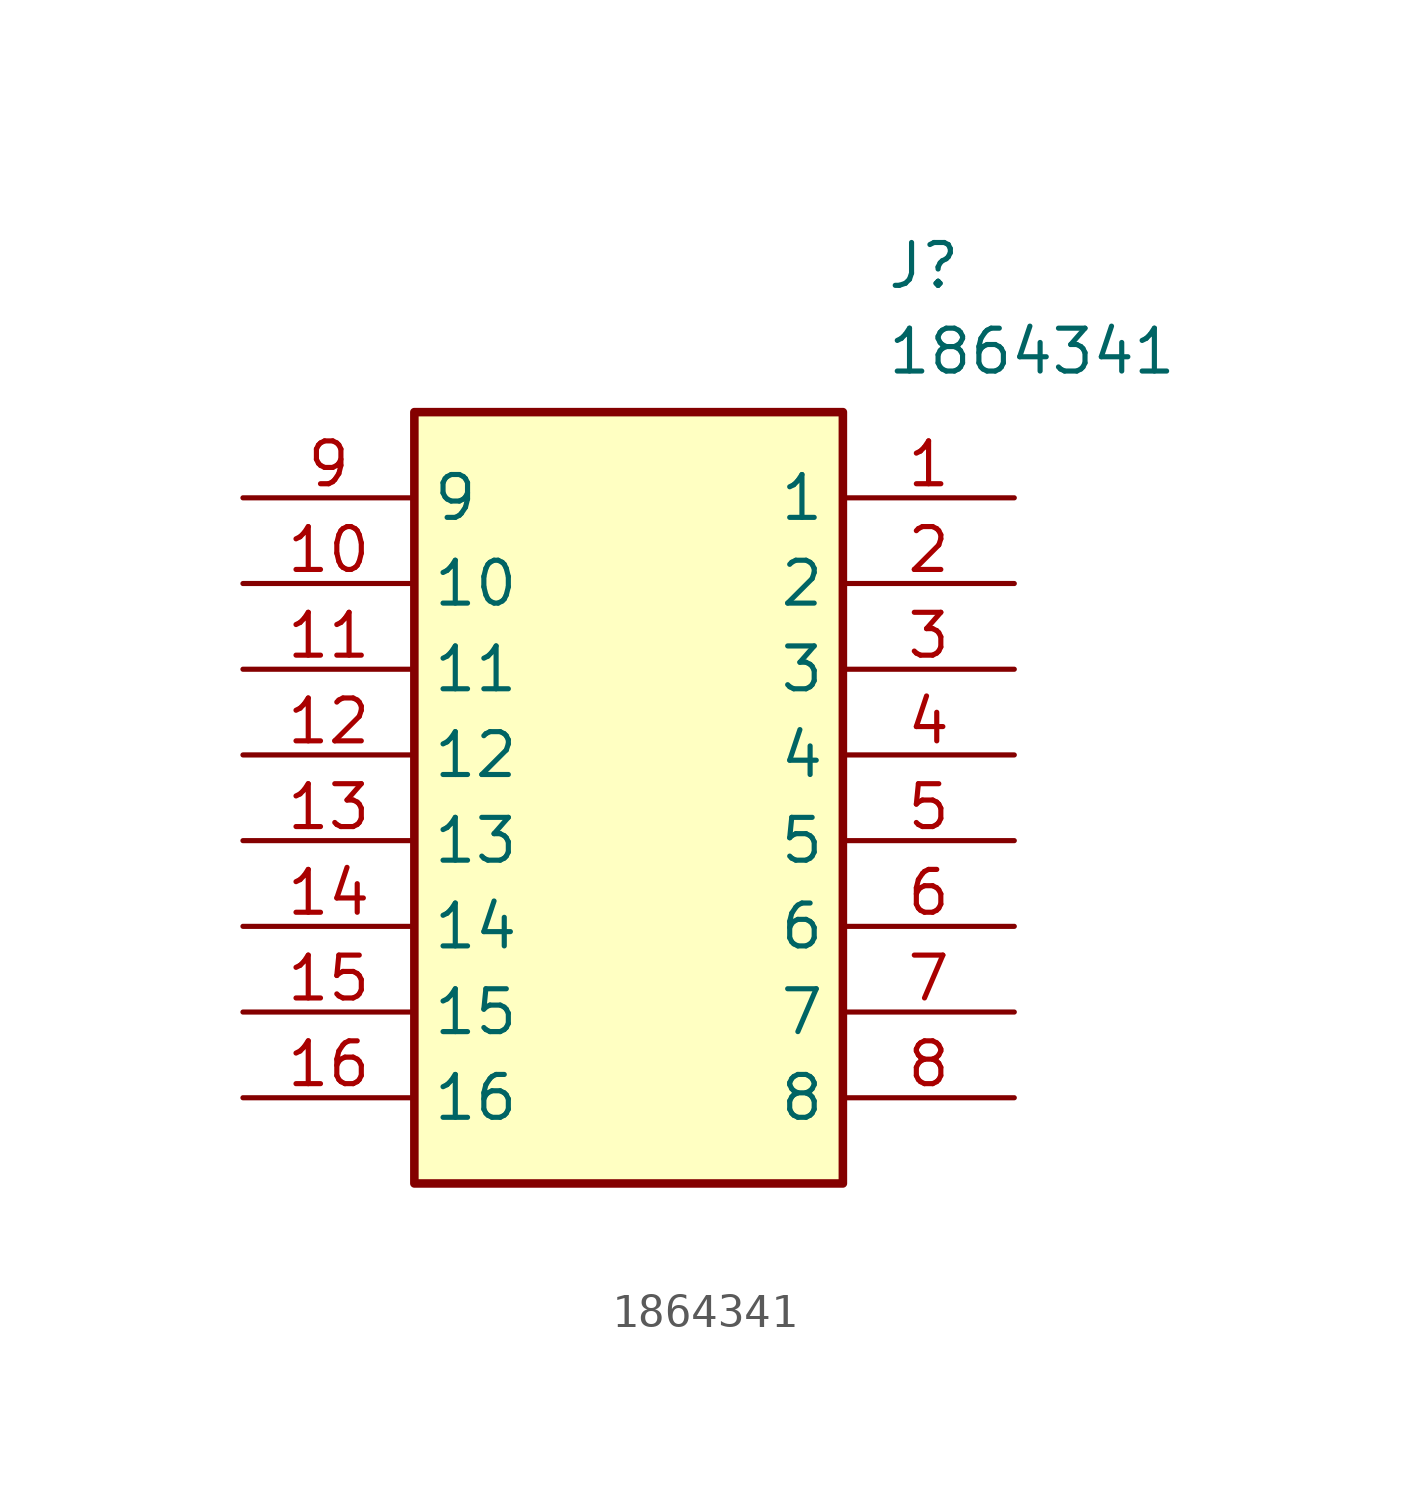
<source format=kicad_sym>
(kicad_symbol_lib
  (version 20211014)
  (generator SamacSys_ECAD_Model)
  (symbol "1864341"
    (property "Reference" "J"
      (at 19.05 7.62 0)
      (effects (font (size 1.27 1.27)) (justify left top)))
    (property "Value" "1864341"
      (at 19.05 5.08 0)
      (effects (font (size 1.27 1.27)) (justify left top)))
    (rectangle
      (start 5.08 2.54)
      (end 17.78 -20.32)
      (stroke (width 0.254) (type default))
      (fill (type background)))
    (pin passive line
      (at 22.86 0 180)
      (length 5.08)
      (name "1" (effects (font (size 1.27 1.27))))
      (number "1" (effects (font (size 1.27 1.27)))))
    (pin passive line
      (at 22.86 -2.54 180)
      (length 5.08)
      (name "2" (effects (font (size 1.27 1.27))))
      (number "2" (effects (font (size 1.27 1.27)))))
    (pin passive line
      (at 22.86 -5.08 180)
      (length 5.08)
      (name "3" (effects (font (size 1.27 1.27))))
      (number "3" (effects (font (size 1.27 1.27)))))
    (pin passive line
      (at 22.86 -7.62 180)
      (length 5.08)
      (name "4" (effects (font (size 1.27 1.27))))
      (number "4" (effects (font (size 1.27 1.27)))))
    (pin passive line
      (at 22.86 -10.16 180)
      (length 5.08)
      (name "5" (effects (font (size 1.27 1.27))))
      (number "5" (effects (font (size 1.27 1.27)))))
    (pin passive line
      (at 22.86 -12.7 180)
      (length 5.08)
      (name "6" (effects (font (size 1.27 1.27))))
      (number "6" (effects (font (size 1.27 1.27)))))
    (pin passive line
      (at 22.86 -15.24 180)
      (length 5.08)
      (name "7" (effects (font (size 1.27 1.27))))
      (number "7" (effects (font (size 1.27 1.27)))))
    (pin passive line
      (at 22.86 -17.78 180)
      (length 5.08)
      (name "8" (effects (font (size 1.27 1.27))))
      (number "8" (effects (font (size 1.27 1.27)))))
    (pin passive line
      (at 0 0 0)
      (length 5.08)
      (name "9" (effects (font (size 1.27 1.27))))
      (number "9" (effects (font (size 1.27 1.27)))))
    (pin passive line
      (at 0 -2.54 0)
      (length 5.08)
      (name "10" (effects (font (size 1.27 1.27))))
      (number "10" (effects (font (size 1.27 1.27)))))
    (pin passive line
      (at 0 -5.08 0)
      (length 5.08)
      (name "11" (effects (font (size 1.27 1.27))))
      (number "11" (effects (font (size 1.27 1.27)))))
    (pin passive line
      (at 0 -7.62 0)
      (length 5.08)
      (name "12" (effects (font (size 1.27 1.27))))
      (number "12" (effects (font (size 1.27 1.27)))))
    (pin passive line
      (at 0 -10.16 0)
      (length 5.08)
      (name "13" (effects (font (size 1.27 1.27))))
      (number "13" (effects (font (size 1.27 1.27)))))
    (pin passive line
      (at 0 -12.7 0)
      (length 5.08)
      (name "14" (effects (font (size 1.27 1.27))))
      (number "14" (effects (font (size 1.27 1.27)))))
    (pin passive line
      (at 0 -15.24 0)
      (length 5.08)
      (name "15" (effects (font (size 1.27 1.27))))
      (number "15" (effects (font (size 1.27 1.27)))))
    (pin passive line
      (at 0 -17.78 0)
      (length 5.08)
      (name "16" (effects (font (size 1.27 1.27))))
      (number "16" (effects (font (size 1.27 1.27)))))))
</source>
